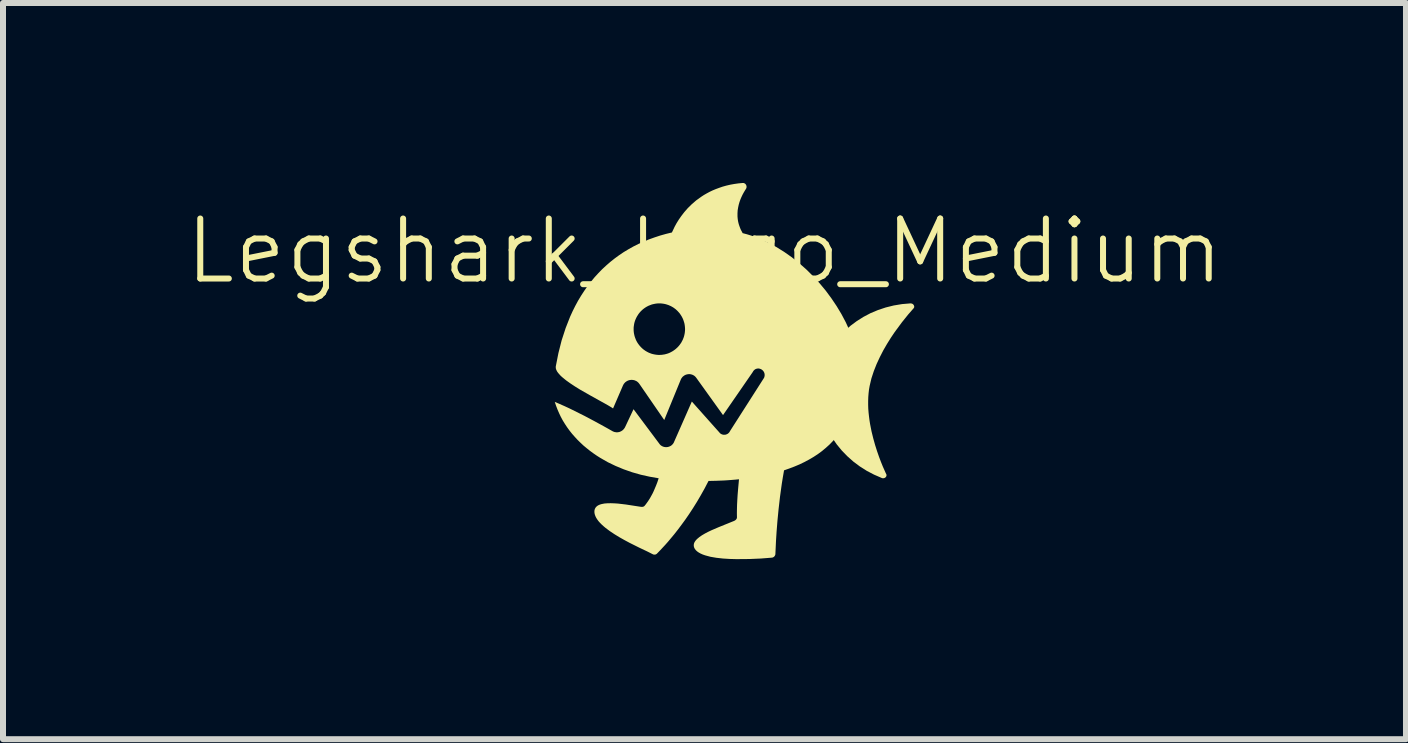
<source format=kicad_pcb>
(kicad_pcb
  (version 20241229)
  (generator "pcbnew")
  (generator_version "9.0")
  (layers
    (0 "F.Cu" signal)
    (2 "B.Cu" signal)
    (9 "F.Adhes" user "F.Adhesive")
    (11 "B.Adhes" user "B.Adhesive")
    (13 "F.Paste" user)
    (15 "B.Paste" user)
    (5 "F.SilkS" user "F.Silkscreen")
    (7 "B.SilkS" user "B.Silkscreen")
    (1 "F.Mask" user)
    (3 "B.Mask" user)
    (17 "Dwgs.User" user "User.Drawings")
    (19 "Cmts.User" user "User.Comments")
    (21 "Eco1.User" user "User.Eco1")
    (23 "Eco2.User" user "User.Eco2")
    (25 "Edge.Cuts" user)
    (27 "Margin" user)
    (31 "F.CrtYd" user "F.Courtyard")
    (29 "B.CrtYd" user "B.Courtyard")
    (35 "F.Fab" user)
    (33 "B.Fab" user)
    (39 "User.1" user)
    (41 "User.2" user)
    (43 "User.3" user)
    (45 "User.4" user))
  (footprint "Legshark_Logo_Medium"
    (layer "F.Cu")
    (at 8.693 3.135)
    (property "Reference" "Legshark_Logo_Medium" (at 0 -2 0) (unlocked yes) (layer "F.SilkS") (effects (font (size 1 1) (thickness 0.1))))
    (fp_poly (pts (xy 3.441 -1.128) (xy 3.445 -1.127) (xy 3.449 -1.126) (xy 3.452 -1.126) (xy 3.456 -1.124) (xy 3.46 -1.123) (xy 3.463 -1.122) (xy 3.466 -1.12) (xy 3.47 -1.118) (xy 3.473 -1.116) (xy 3.476 -1.114) (xy 3.478 -1.111) (xy 3.481 -1.109) (xy 3.483 -1.106) (xy 3.485 -1.103) (xy 3.487 -1.1) (xy 3.489 -1.097) (xy 3.491 -1.094) (xy 3.492 -1.091) (xy 3.493 -1.088) (xy 3.494 -1.085) (xy 3.495 -1.081) (xy 3.495 -1.078) (xy 3.496 -1.074) (xy 3.496 -1.071) (xy 3.495 -1.067) (xy 3.495 -1.064) (xy 3.494 -1.061) (xy 3.493 -1.057) (xy 3.491 -1.054) (xy 3.489 -1.05) (xy 3.489 -1.05) (xy 3.393 -0.94) (xy 3.291 -0.813) (xy 3.17 -0.649) (xy 3.106 -0.554) (xy 3.043 -0.453) (xy 2.981 -0.346) (xy 2.923 -0.233) (xy 2.869 -0.117) (xy 2.822 0.002) (xy 2.782 0.124) (xy 2.753 0.247) (xy 2.742 0.309) (xy 2.735 0.372) (xy 2.73 0.436) (xy 2.728 0.5) (xy 2.728 0.564) (xy 2.73 0.628) (xy 2.735 0.692) (xy 2.742 0.756) (xy 2.75 0.819) (xy 2.76 0.882) (xy 2.784 1.004) (xy 2.813 1.122) (xy 2.844 1.233) (xy 2.877 1.337) (xy 2.91 1.432) (xy 2.942 1.516) (xy 2.971 1.588) (xy 3.016 1.69) (xy 3.033 1.726) (xy 3.034 1.73) (xy 3.034 1.734) (xy 3.034 1.737) (xy 3.034 1.741) (xy 3.033 1.745) (xy 3.032 1.748) (xy 3.031 1.751) (xy 3.03 1.755) (xy 3.028 1.758) (xy 3.027 1.761) (xy 3.025 1.764) (xy 3.023 1.766) (xy 3.02 1.769) (xy 3.018 1.771) (xy 3.015 1.774) (xy 3.012 1.776) (xy 3.009 1.778) (xy 3.006 1.78) (xy 3.003 1.781) (xy 3 1.783) (xy 2.996 1.784) (xy 2.993 1.785) (xy 2.989 1.786) (xy 2.985 1.786) (xy 2.982 1.786) (xy 2.978 1.787) (xy 2.974 1.787) (xy 2.97 1.786) (xy 2.966 1.786) (xy 2.962 1.785) (xy 2.958 1.784) (xy 2.954 1.782) (xy 2.825 1.726) (xy 2.703 1.662) (xy 2.588 1.589) (xy 2.48 1.508) (xy 2.38 1.419) (xy 2.288 1.324) (xy 2.205 1.223) (xy 2.131 1.116) (xy 2.066 1.004) (xy 2.011 0.888) (xy 1.988 0.828) (xy 1.967 0.767) (xy 1.949 0.706) (xy 1.934 0.644) (xy 1.922 0.58) (xy 1.912 0.517) (xy 1.905 0.452) (xy 1.902 0.388) (xy 1.901 0.322) (xy 1.904 0.257) (xy 1.91 0.191) (xy 1.919 0.125) (xy 1.931 0.059) (xy 1.946 -0.006) (xy 1.964 -0.069) (xy 1.985 -0.132) (xy 2.009 -0.192) (xy 2.036 -0.252) (xy 2.065 -0.309) (xy 2.097 -0.366) (xy 2.131 -0.42) (xy 2.167 -0.474) (xy 2.206 -0.525) (xy 2.248 -0.575) (xy 2.337 -0.669) (xy 2.434 -0.755) (xy 2.539 -0.833) (xy 2.65 -0.903) (xy 2.768 -0.965) (xy 2.892 -1.017) (xy 3.021 -1.06) (xy 3.154 -1.093) (xy 3.292 -1.116) (xy 3.432 -1.128) (xy 3.436 -1.128)) (stroke (width 0) (type solid)) (fill yes) (layer "F.SilkS"))
    (fp_poly (pts (xy 0.645 -3.135) (xy 0.649 -3.135) (xy 0.654 -3.134) (xy 0.658 -3.133) (xy 0.662 -3.131) (xy 0.666 -3.129) (xy 0.67 -3.127) (xy 0.673 -3.125) (xy 0.677 -3.123) (xy 0.68 -3.12) (xy 0.683 -3.117) (xy 0.686 -3.114) (xy 0.688 -3.11) (xy 0.691 -3.107) (xy 0.693 -3.103) (xy 0.695 -3.099) (xy 0.697 -3.095) (xy 0.698 -3.091) (xy 0.699 -3.087) (xy 0.7 -3.083) (xy 0.701 -3.079) (xy 0.701 -3.074) (xy 0.701 -3.07) (xy 0.701 -3.065) (xy 0.7 -3.061) (xy 0.7 -3.057) (xy 0.698 -3.052) (xy 0.697 -3.048) (xy 0.695 -3.044) (xy 0.693 -3.039) (xy 0.69 -3.035) (xy 0.672 -3.006) (xy 0.653 -2.974) (xy 0.634 -2.939) (xy 0.616 -2.901) (xy 0.599 -2.861) (xy 0.584 -2.819) (xy 0.571 -2.774) (xy 0.561 -2.728) (xy 0.553 -2.68) (xy 0.55 -2.63) (xy 0.55 -2.579) (xy 0.552 -2.553) (xy 0.555 -2.526) (xy 0.559 -2.5) (xy 0.565 -2.473) (xy 0.572 -2.446) (xy 0.581 -2.419) (xy 0.591 -2.392) (xy 0.602 -2.364) (xy 0.616 -2.336) (xy 0.631 -2.309) (xy 0.631 -2.307) (xy 0.632 -2.306) (xy 0.632 -2.305) (xy 0.633 -2.304) (xy 0.634 -2.303) (xy 0.634 -2.302) (xy 0.634 -2.3) (xy 0.635 -2.299) (xy 0.707 -2.28) (xy 0.779 -2.258) (xy 0.92 -2.205) (xy 1.059 -2.142) (xy 1.195 -2.069) (xy 1.327 -1.987) (xy 1.455 -1.897) (xy 1.579 -1.798) (xy 1.698 -1.693) (xy 1.811 -1.581) (xy 1.919 -1.463) (xy 2.021 -1.34) (xy 2.115 -1.213) (xy 2.203 -1.082) (xy 2.283 -0.949) (xy 2.355 -0.813) (xy 2.418 -0.675) (xy 2.418 -0.675) (xy 2.376 0.817) (xy 2.337 0.893) (xy 2.294 0.966) (xy 2.248 1.036) (xy 2.197 1.102) (xy 2.142 1.165) (xy 2.084 1.225) (xy 2.022 1.281) (xy 1.957 1.335) (xy 1.889 1.385) (xy 1.817 1.432) (xy 1.742 1.476) (xy 1.665 1.517) (xy 1.584 1.556) (xy 1.501 1.591) (xy 1.414 1.624) (xy 1.326 1.655) (xy 1.307 1.765) (xy 1.289 1.876) (xy 1.259 2.093) (xy 1.235 2.302) (xy 1.216 2.497) (xy 1.202 2.674) (xy 1.192 2.828) (xy 1.182 3.045) (xy 1.182 3.048) (xy 1.182 3.052) (xy 1.181 3.055) (xy 1.181 3.058) (xy 1.18 3.061) (xy 1.179 3.064) (xy 1.178 3.067) (xy 1.177 3.07) (xy 1.175 3.073) (xy 1.174 3.076) (xy 1.172 3.079) (xy 1.17 3.082) (xy 1.169 3.084) (xy 1.167 3.087) (xy 1.165 3.089) (xy 1.163 3.091) (xy 1.16 3.093) (xy 1.158 3.096) (xy 1.156 3.097) (xy 1.153 3.099) (xy 1.15 3.101) (xy 1.148 3.103) (xy 1.145 3.104) (xy 1.142 3.105) (xy 1.139 3.107) (xy 1.136 3.108) (xy 1.133 3.108) (xy 1.13 3.109) (xy 1.127 3.11) (xy 1.124 3.11) (xy 1.121 3.11) (xy 1.117 3.111) (xy 0.938 3.125) (xy 0.752 3.133) (xy 0.533 3.135) (xy 0.42 3.132) (xy 0.308 3.125) (xy 0.2 3.113) (xy 0.1 3.096) (xy 0.011 3.072) (xy -0.029 3.058) (xy -0.065 3.042) (xy -0.097 3.024) (xy -0.124 3.005) (xy -0.147 2.983) (xy -0.164 2.959) (xy -0.172 2.942) (xy -0.177 2.925) (xy -0.179 2.908) (xy -0.178 2.891) (xy -0.175 2.875) (xy -0.169 2.859) (xy -0.16 2.843) (xy -0.149 2.827) (xy -0.136 2.812) (xy -0.121 2.797) (xy -0.085 2.767) (xy -0.043 2.738) (xy 0.006 2.709) (xy 0.059 2.681) (xy 0.116 2.654) (xy 0.237 2.602) (xy 0.481 2.503) (xy 0.487 2.501) (xy 0.493 2.498) (xy 0.499 2.495) (xy 0.505 2.492) (xy 0.51 2.489) (xy 0.515 2.485) (xy 0.52 2.481) (xy 0.524 2.477) (xy 0.526 2.475) (xy 0.528 2.473) (xy 0.53 2.471) (xy 0.531 2.468) (xy 0.533 2.466) (xy 0.534 2.463) (xy 0.536 2.461) (xy 0.537 2.458) (xy 0.538 2.455) (xy 0.539 2.452) (xy 0.54 2.45) (xy 0.54 2.447) (xy 0.541 2.443) (xy 0.541 2.44) (xy 0.541 2.437) (xy 0.541 2.434) (xy 0.54 2.369) (xy 0.541 2.3) (xy 0.543 2.226) (xy 0.547 2.148) (xy 0.552 2.066) (xy 0.559 1.981) (xy 0.575 1.804) (xy 0.513 1.81) (xy 0.451 1.815) (xy 0.388 1.82) (xy 0.325 1.824) (xy 0.196 1.829) (xy 0.067 1.832) (xy 0.003 1.955) (xy -0.062 2.071) (xy -0.127 2.182) (xy -0.192 2.286) (xy -0.257 2.385) (xy -0.321 2.478) (xy -0.384 2.564) (xy -0.444 2.644) (xy -0.502 2.718) (xy -0.557 2.784) (xy -0.608 2.845) (xy -0.655 2.898) (xy -0.735 2.984) (xy -0.791 3.042) (xy -0.795 3.046) (xy -0.799 3.049) (xy -0.803 3.051) (xy -0.807 3.054) (xy -0.812 3.056) (xy -0.816 3.057) (xy -0.821 3.059) (xy -0.826 3.06) (xy -0.83 3.06) (xy -0.835 3.06) (xy -0.84 3.06) (xy -0.845 3.059) (xy -0.849 3.058) (xy -0.854 3.057) (xy -0.858 3.055) (xy -0.863 3.053) (xy -0.954 3.007) (xy -1.089 2.943) (xy -1.249 2.863) (xy -1.333 2.818) (xy -1.418 2.77) (xy -1.5 2.72) (xy -1.578 2.668) (xy -1.65 2.614) (xy -1.682 2.587) (xy -1.713 2.559) (xy -1.74 2.532) (xy -1.765 2.504) (xy -1.786 2.476) (xy -1.804 2.448) (xy -1.818 2.42) (xy -1.828 2.392) (xy -1.834 2.365) (xy -1.835 2.337) (xy -1.833 2.318) (xy -1.828 2.301) (xy -1.821 2.286) (xy -1.812 2.272) (xy -1.8 2.259) (xy -1.787 2.248) (xy -1.771 2.238) (xy -1.754 2.23) (xy -1.735 2.223) (xy -1.714 2.217) (xy -1.668 2.208) (xy -1.617 2.204) (xy -1.562 2.203) (xy -1.503 2.205) (xy -1.442 2.209) (xy -1.314 2.224) (xy -1.067 2.262) (xy -1.062 2.263) (xy -1.057 2.263) (xy -1.052 2.264) (xy -1.048 2.264) (xy -1.043 2.264) (xy -1.038 2.264) (xy -1.033 2.263) (xy -1.029 2.263) (xy -1.024 2.262) (xy -1.02 2.26) (xy -1.018 2.259) (xy -1.016 2.259) (xy -1.014 2.258) (xy -1.011 2.256) (xy -1.009 2.255) (xy -1.008 2.254) (xy -1.006 2.253) (xy -1.004 2.251) (xy -1.002 2.25) (xy -1 2.248) (xy -0.998 2.246) (xy -0.997 2.244) (xy -0.978 2.221) (xy -0.96 2.196) (xy -0.942 2.171) (xy -0.925 2.145) (xy -0.908 2.118) (xy -0.893 2.091) (xy -0.877 2.062) (xy -0.862 2.034) (xy -0.848 2.004) (xy -0.835 1.974) (xy -0.809 1.913) (xy -0.785 1.851) (xy -0.764 1.787) (xy -0.914 1.761) (xy -1.062 1.728) (xy -1.206 1.687) (xy -1.346 1.638) (xy -1.481 1.582) (xy -1.612 1.519) (xy -1.736 1.448) (xy -1.796 1.41) (xy -1.854 1.37) (xy -1.91 1.329) (xy -1.965 1.285) (xy -2.018 1.241) (xy -2.068 1.194) (xy -2.117 1.146) (xy -2.163 1.096) (xy -2.208 1.045) (xy -2.25 0.992) (xy -2.29 0.937) (xy -2.327 0.881) (xy -2.362 0.824) (xy -2.394 0.765) (xy -2.423 0.704) (xy -2.45 0.642) (xy -2.474 0.579) (xy -2.496 0.514) (xy -2.414 0.549) (xy -2.33 0.586) (xy -2.246 0.625) (xy -2.163 0.666) (xy -2.001 0.747) (xy -1.852 0.826) (xy -1.723 0.896) (xy -1.622 0.952) (xy -1.532 1.003) (xy -1.517 1.01) (xy -1.51 1.012) (xy -1.503 1.015) (xy -1.495 1.017) (xy -1.488 1.018) (xy -1.481 1.019) (xy -1.474 1.02) (xy -1.467 1.021) (xy -1.46 1.021) (xy -1.453 1.021) (xy -1.446 1.02) (xy -1.439 1.019) (xy -1.432 1.018) (xy -1.425 1.017) (xy -1.418 1.015) (xy -1.412 1.013) (xy -1.405 1.01) (xy -1.398 1.007) (xy -1.392 1.004) (xy -1.386 1.001) (xy -1.38 0.997) (xy -1.374 0.993) (xy -1.368 0.989) (xy -1.362 0.984) (xy -1.357 0.98) (xy -1.352 0.974) (xy -1.347 0.969) (xy -1.342 0.963) (xy -1.338 0.957) (xy -1.333 0.951) (xy -1.329 0.945) (xy -1.326 0.938) (xy -1.322 0.931) (xy -1.183 0.636) (xy -0.753 1.211) (xy -0.748 1.218) (xy -0.743 1.224) (xy -0.737 1.23) (xy -0.732 1.235) (xy -0.726 1.24) (xy -0.72 1.244) (xy -0.713 1.248) (xy -0.707 1.252) (xy -0.7 1.255) (xy -0.693 1.258) (xy -0.686 1.261) (xy -0.679 1.263) (xy -0.672 1.265) (xy -0.665 1.266) (xy -0.658 1.267) (xy -0.65 1.268) (xy -0.645 1.268) (xy -0.639 1.268) (xy -0.634 1.268) (xy -0.628 1.268) (xy -0.623 1.267) (xy -0.618 1.267) (xy -0.612 1.266) (xy -0.607 1.265) (xy -0.602 1.263) (xy -0.596 1.262) (xy -0.591 1.26) (xy -0.586 1.258) (xy -0.581 1.256) (xy -0.576 1.254) (xy -0.571 1.251) (xy -0.566 1.249) (xy -0.561 1.246) (xy -0.557 1.243) (xy -0.552 1.24) (xy -0.548 1.236) (xy -0.544 1.233) (xy -0.54 1.229) (xy -0.536 1.225) (xy -0.532 1.221) (xy -0.528 1.216) (xy -0.524 1.212) (xy -0.521 1.207) (xy -0.518 1.202) (xy -0.515 1.197) (xy -0.512 1.192) (xy -0.509 1.187) (xy -0.507 1.181) (xy -0.34 0.802) (xy -0.211 0.508) (xy 0.129 0.89) (xy 0.247 1.022) (xy 0.251 1.027) (xy 0.254 1.031) (xy 0.257 1.034) (xy 0.261 1.037) (xy 0.264 1.04) (xy 0.267 1.043) (xy 0.271 1.045) (xy 0.275 1.047) (xy 0.278 1.05) (xy 0.286 1.053) (xy 0.294 1.056) (xy 0.302 1.059) (xy 0.31 1.061) (xy 0.319 1.062) (xy 0.327 1.062) (xy 0.335 1.062) (xy 0.344 1.061) (xy 0.352 1.06) (xy 0.36 1.057) (xy 0.368 1.055) (xy 0.376 1.051) (xy 0.38 1.049) (xy 0.384 1.047) (xy 0.388 1.045) (xy 0.391 1.042) (xy 0.395 1.039) (xy 0.399 1.036) (xy 0.402 1.033) (xy 0.405 1.03) (xy 0.408 1.027) (xy 0.412 1.023) (xy 0.414 1.019) (xy 0.417 1.015) (xy 0.42 1.011) (xy 0.422 1.007) (xy 0.424 1.003) (xy 0.427 0.998) (xy 0.992 0.114) (xy 0.997 0.102) (xy 1 0.09) (xy 1.002 0.078) (xy 1.003 0.066) (xy 1.002 0.055) (xy 1.001 0.045) (xy 0.998 0.035) (xy 0.995 0.025) (xy 0.99 0.016) (xy 0.985 0.007) (xy 0.98 -0.001) (xy 0.973 -0.008) (xy 0.966 -0.015) (xy 0.958 -0.021) (xy 0.95 -0.027) (xy 0.942 -0.031) (xy 0.933 -0.035) (xy 0.924 -0.038) (xy 0.914 -0.041) (xy 0.905 -0.042) (xy 0.895 -0.043) (xy 0.886 -0.042) (xy 0.876 -0.041) (xy 0.866 -0.038) (xy 0.857 -0.035) (xy 0.848 -0.031) (xy 0.839 -0.025) (xy 0.831 -0.019) (xy 0.823 -0.011) (xy 0.815 -0.002) (xy 0.809 0.008) (xy 0.802 0.02) (xy 0.309 0.734) (xy -0.136 0.114) (xy -0.143 0.105) (xy -0.15 0.097) (xy -0.158 0.089) (xy -0.166 0.082) (xy -0.174 0.076) (xy -0.183 0.071) (xy -0.192 0.066) (xy -0.201 0.062) (xy -0.21 0.059) (xy -0.22 0.056) (xy -0.229 0.054) (xy -0.239 0.052) (xy -0.249 0.051) (xy -0.259 0.051) (xy -0.268 0.052) (xy -0.278 0.053) (xy -0.288 0.055) (xy -0.297 0.057) (xy -0.307 0.06) (xy -0.316 0.063) (xy -0.325 0.068) (xy -0.334 0.072) (xy -0.342 0.078) (xy -0.35 0.084) (xy -0.358 0.09) (xy -0.366 0.097) (xy -0.372 0.105) (xy -0.379 0.114) (xy -0.385 0.122) (xy -0.39 0.132) (xy -0.395 0.142) (xy -0.399 0.152) (xy -0.671 0.816) (xy -1.084 0.216) (xy -1.091 0.207) (xy -1.098 0.198) (xy -1.106 0.19) (xy -1.114 0.183) (xy -1.122 0.176) (xy -1.131 0.17) (xy -1.14 0.165) (xy -1.15 0.161) (xy -1.159 0.157) (xy -1.169 0.153) (xy -1.179 0.151) (xy -1.189 0.149) (xy -1.2 0.148) (xy -1.21 0.147) (xy -1.22 0.147) (xy -1.231 0.148) (xy -1.241 0.149) (xy -1.251 0.151) (xy -1.261 0.154) (xy -1.271 0.157) (xy -1.28 0.161) (xy -1.29 0.166) (xy -1.299 0.171) (xy -1.307 0.177) (xy -1.316 0.183) (xy -1.324 0.19) (xy -1.331 0.198) (xy -1.338 0.206) (xy -1.345 0.215) (xy -1.351 0.225) (xy -1.356 0.235) (xy -1.361 0.245) (xy -1.524 0.623) (xy -1.563 0.598) (xy -1.615 0.567) (xy -1.75 0.492) (xy -1.91 0.403) (xy -2.078 0.307) (xy -2.16 0.256) (xy -2.237 0.205) (xy -2.307 0.155) (xy -2.368 0.105) (xy -2.395 0.081) (xy -2.418 0.056) (xy -2.438 0.033) (xy -2.455 0.01) (xy -2.467 -0.013) (xy -2.476 -0.035) (xy -2.479 -0.056) (xy -2.479 -0.076) (xy -2.435 -0.299) (xy -2.381 -0.512) (xy -2.32 -0.699) (xy -1.181 -0.699) (xy -1.181 -0.675) (xy -1.179 -0.652) (xy -1.176 -0.629) (xy -1.171 -0.606) (xy -1.166 -0.584) (xy -1.159 -0.562) (xy -1.151 -0.541) (xy -1.143 -0.52) (xy -1.133 -0.5) (xy -1.122 -0.48) (xy -1.11 -0.461) (xy -1.097 -0.443) (xy -1.084 -0.426) (xy -1.069 -0.409) (xy -1.054 -0.393) (xy -1.038 -0.378) (xy -1.021 -0.363) (xy -1.003 -0.35) (xy -0.985 -0.337) (xy -0.966 -0.326) (xy -0.946 -0.315) (xy -0.926 -0.305) (xy -0.905 -0.297) (xy -0.884 -0.289) (xy -0.862 -0.283) (xy -0.839 -0.278) (xy -0.817 -0.274) (xy -0.794 -0.271) (xy -0.77 -0.269) (xy -0.746 -0.269) (xy -0.722 -0.27) (xy -0.702 -0.272) (xy -0.683 -0.275) (xy -0.663 -0.278) (xy -0.644 -0.283) (xy -0.626 -0.288) (xy -0.607 -0.294) (xy -0.589 -0.301) (xy -0.572 -0.309) (xy -0.555 -0.318) (xy -0.538 -0.327) (xy -0.522 -0.337) (xy -0.506 -0.348) (xy -0.491 -0.359) (xy -0.476 -0.371) (xy -0.462 -0.384) (xy -0.448 -0.397) (xy -0.435 -0.411) (xy -0.423 -0.425) (xy -0.411 -0.44) (xy -0.4 -0.456) (xy -0.389 -0.471) (xy -0.38 -0.488) (xy -0.371 -0.505) (xy -0.362 -0.522) (xy -0.355 -0.54) (xy -0.348 -0.558) (xy -0.342 -0.576) (xy -0.337 -0.595) (xy -0.333 -0.614) (xy -0.329 -0.634) (xy -0.327 -0.653) (xy -0.325 -0.673) (xy -0.324 -0.697) (xy -0.325 -0.721) (xy -0.327 -0.745) (xy -0.33 -0.768) (xy -0.334 -0.791) (xy -0.34 -0.813) (xy -0.347 -0.835) (xy -0.354 -0.856) (xy -0.363 -0.877) (xy -0.373 -0.897) (xy -0.384 -0.917) (xy -0.396 -0.935) (xy -0.408 -0.954) (xy -0.422 -0.971) (xy -0.437 -0.988) (xy -0.452 -1.004) (xy -0.468 -1.019) (xy -0.485 -1.034) (xy -0.503 -1.047) (xy -0.521 -1.06) (xy -0.54 -1.071) (xy -0.56 -1.082) (xy -0.58 -1.091) (xy -0.601 -1.1) (xy -0.622 -1.107) (xy -0.644 -1.114) (xy -0.666 -1.119) (xy -0.689 -1.123) (xy -0.712 -1.126) (xy -0.736 -1.128) (xy -0.759 -1.128) (xy -0.784 -1.127) (xy -0.803 -1.125) (xy -0.823 -1.122) (xy -0.842 -1.118) (xy -0.861 -1.114) (xy -0.88 -1.109) (xy -0.898 -1.102) (xy -0.916 -1.095) (xy -0.934 -1.088) (xy -0.951 -1.079) (xy -0.968 -1.07) (xy -0.984 -1.06) (xy -1 -1.049) (xy -1.015 -1.038) (xy -1.03 -1.026) (xy -1.044 -1.013) (xy -1.058 -1) (xy -1.071 -0.986) (xy -1.083 -0.972) (xy -1.095 -0.957) (xy -1.106 -0.941) (xy -1.116 -0.925) (xy -1.126 -0.909) (xy -1.135 -0.892) (xy -1.143 -0.875) (xy -1.151 -0.857) (xy -1.158 -0.839) (xy -1.164 -0.82) (xy -1.169 -0.802) (xy -1.173 -0.783) (xy -1.176 -0.763) (xy -1.179 -0.743) (xy -1.181 -0.723) (xy -1.181 -0.699) (xy -2.32 -0.699) (xy -2.315 -0.715) (xy -2.24 -0.906) (xy -2.198 -0.998) (xy -2.154 -1.086) (xy -2.107 -1.173) (xy -2.057 -1.256) (xy -2.005 -1.336) (xy -1.951 -1.414) (xy -1.893 -1.489) (xy -1.834 -1.561) (xy -1.771 -1.63) (xy -1.707 -1.696) (xy -1.639 -1.759) (xy -1.57 -1.819) (xy -1.497 -1.877) (xy -1.423 -1.931) (xy -1.346 -1.983) (xy -1.266 -2.031) (xy -1.184 -2.077) (xy -1.1 -2.119) (xy -1.013 -2.159) (xy -0.924 -2.195) (xy -0.832 -2.228) (xy -0.738 -2.259) (xy -0.642 -2.286) (xy -0.543 -2.31) (xy -0.498 -2.405) (xy -0.467 -2.462) (xy -0.43 -2.522) (xy -0.386 -2.585) (xy -0.336 -2.65) (xy -0.278 -2.716) (xy -0.212 -2.781) (xy -0.139 -2.844) (xy -0.056 -2.904) (xy -0.012 -2.933) (xy 0.035 -2.96) (xy 0.083 -2.986) (xy 0.135 -3.011) (xy 0.188 -3.033) (xy 0.245 -3.054) (xy 0.303 -3.074) (xy 0.364 -3.091) (xy 0.428 -3.106) (xy 0.494 -3.118) (xy 0.564 -3.128) (xy 0.635 -3.135) (xy 0.64 -3.135)) (stroke (width 0) (type solid)) (fill yes) (layer "F.SilkS")))
  (gr_rect
    (start -3 -3)
    (end 20.386 9.271)
    (stroke (width 0.1) (type default))
    (fill no)
    (layer "Edge.Cuts")))
</source>
